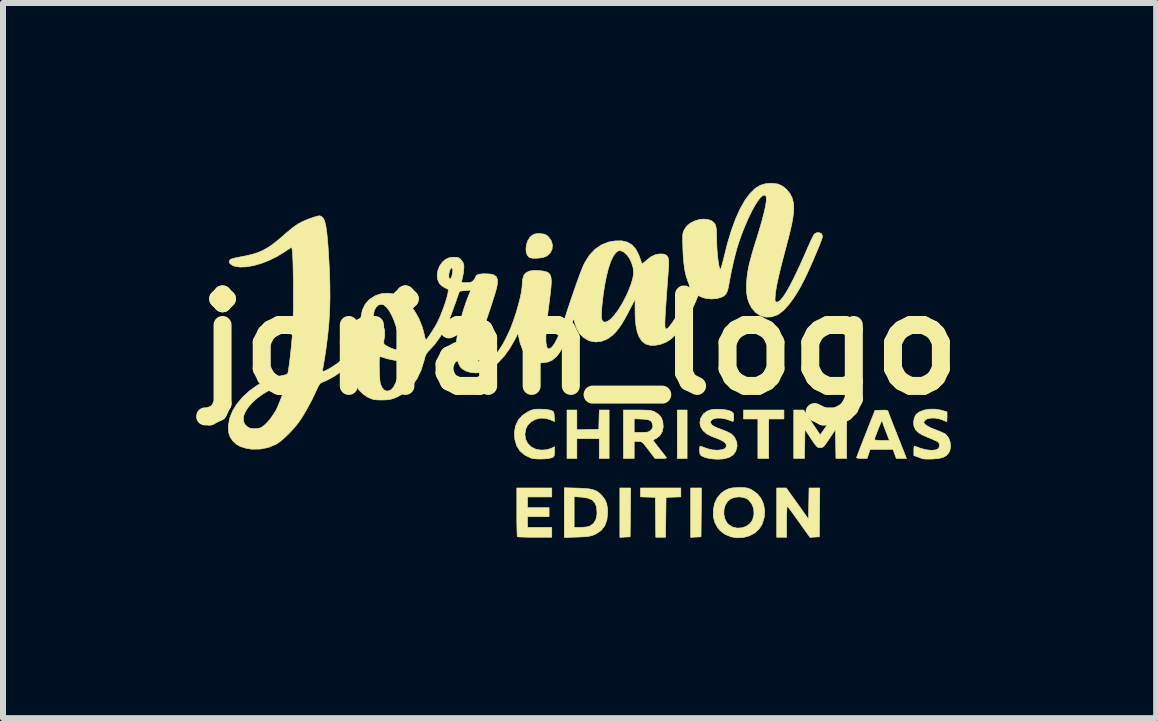
<source format=kicad_pcb>
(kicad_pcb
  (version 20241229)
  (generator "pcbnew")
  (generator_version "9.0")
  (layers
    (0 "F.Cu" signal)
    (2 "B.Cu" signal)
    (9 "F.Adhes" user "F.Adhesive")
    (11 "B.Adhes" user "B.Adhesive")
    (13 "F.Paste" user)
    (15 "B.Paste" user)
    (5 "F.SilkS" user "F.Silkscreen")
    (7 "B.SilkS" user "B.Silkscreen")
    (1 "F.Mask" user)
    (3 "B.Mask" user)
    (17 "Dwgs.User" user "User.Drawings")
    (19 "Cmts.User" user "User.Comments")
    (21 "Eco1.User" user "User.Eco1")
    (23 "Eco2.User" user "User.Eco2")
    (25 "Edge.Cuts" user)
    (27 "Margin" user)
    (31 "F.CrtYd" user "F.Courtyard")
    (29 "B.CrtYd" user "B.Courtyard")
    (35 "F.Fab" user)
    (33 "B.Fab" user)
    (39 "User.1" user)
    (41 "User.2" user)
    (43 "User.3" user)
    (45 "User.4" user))
  (footprint "jorian_logo"
    (layer "F.Cu")
    (at 6.611 2.694)
    (property "Reference" "jorian_logo" (at 0 0 0) (layer "F.SilkS") (effects (font (size 1.524 1.524) (thickness 0.3))))
    (attr through_hole)
    (fp_poly (pts (xy 1.793 1.898) (xy 1.629 1.898) (xy 1.629 1.091) (xy 1.793 1.091) (xy 1.793 1.898)) (stroke (width 0.01) (type solid)) (fill yes) (layer "F.SilkS"))
    (fp_poly (pts (xy 0.848 2.798) (xy 0.844 3.205) (xy 0.758 3.209) (xy 0.672 3.214) (xy 0.672 2.391) (xy 0.852 2.391) (xy 0.848 2.798)) (stroke (width 0.01) (type solid)) (fill yes) (layer "F.SilkS"))
    (fp_poly (pts (xy 2.029 2.798) (xy 2.025 3.205) (xy 1.939 3.209) (xy 1.853 3.214) (xy 1.853 2.391) (xy 2.032 2.391) (xy 2.029 2.798)) (stroke (width 0.01) (type solid)) (fill yes) (layer "F.SilkS"))
    (fp_poly (pts (xy 3.407 1.24) (xy 3.153 1.24) (xy 3.153 1.898) (xy 2.973 1.898) (xy 2.973 1.24) (xy 2.734 1.24) (xy 2.734 1.091) (xy 3.407 1.091) (xy 3.407 1.24)) (stroke (width 0.01) (type solid)) (fill yes) (layer "F.SilkS"))
    (fp_poly (pts (xy 1.688 2.539) (xy 1.442 2.547) (xy 1.434 3.212) (xy 1.271 3.212) (xy 1.263 2.547) (xy 1.139 2.543) (xy 1.016 2.539) (xy 1.016 2.391) (xy 1.688 2.391) (xy 1.688 2.539)) (stroke (width 0.01) (type solid)) (fill yes) (layer "F.SilkS"))
    (fp_poly (pts (xy -0.045 1.42) (xy 0.138 1.416) (xy 0.321 1.412) (xy 0.325 1.251) (xy 0.33 1.091) (xy 0.493 1.091) (xy 0.493 1.898) (xy 0.329 1.898) (xy 0.329 1.569) (xy -0.045 1.569) (xy -0.045 1.898) (xy -0.209 1.898) (xy -0.209 1.091) (xy -0.045 1.091) (xy -0.045 1.42)) (stroke (width 0.01) (type solid)) (fill yes) (layer "F.SilkS"))
    (fp_poly (pts (xy 3.817 2.911) (xy 3.826 2.391) (xy 4.005 2.391) (xy 4.001 2.798) (xy 3.997 3.205) (xy 3.919 3.209) (xy 3.842 3.214) (xy 3.66 2.959) (xy 3.605 2.883) (xy 3.556 2.814) (xy 3.514 2.758) (xy 3.484 2.718) (xy 3.467 2.698) (xy 3.465 2.696) (xy 3.46 2.707) (xy 3.456 2.745) (xy 3.454 2.804) (xy 3.452 2.882) (xy 3.451 2.95) (xy 3.451 3.212) (xy 3.287 3.212) (xy 3.287 2.391) (xy 3.446 2.391) (xy 3.817 2.911)) (stroke (width 0.01) (type solid)) (fill yes) (layer "F.SilkS"))
    (fp_poly (pts (xy -0.463 2.54) (xy -0.867 2.54) (xy -0.867 2.719) (xy -0.508 2.719) (xy -0.508 2.869) (xy -0.867 2.869) (xy -0.867 3.048) (xy -0.463 3.048) (xy -0.463 3.212) (xy -0.745 3.212) (xy -0.833 3.212) (xy -0.912 3.21) (xy -0.975 3.208) (xy -1.018 3.206) (xy -1.036 3.202) (xy -1.036 3.202) (xy -1.039 3.185) (xy -1.041 3.142) (xy -1.043 3.078) (xy -1.045 2.995) (xy -1.046 2.898) (xy -1.046 2.792) (xy -1.046 2.391) (xy -0.463 2.391) (xy -0.463 2.54)) (stroke (width 0.01) (type solid)) (fill yes) (layer "F.SilkS"))
    (fp_poly (pts (xy -0.653 -1.849) (xy -0.599 -1.843) (xy -0.562 -1.83) (xy -0.529 -1.806) (xy -0.513 -1.79) (xy -0.47 -1.728) (xy -0.452 -1.66) (xy -0.458 -1.591) (xy -0.489 -1.528) (xy -0.542 -1.479) (xy -0.55 -1.474) (xy -0.596 -1.456) (xy -0.657 -1.444) (xy -0.724 -1.439) (xy -0.784 -1.44) (xy -0.828 -1.449) (xy -0.832 -1.451) (xy -0.868 -1.485) (xy -0.888 -1.537) (xy -0.893 -1.6) (xy -0.884 -1.667) (xy -0.862 -1.733) (xy -0.827 -1.788) (xy -0.786 -1.825) (xy -0.747 -1.843) (xy -0.7 -1.85) (xy -0.653 -1.849)) (stroke (width 0.01) (type solid)) (fill yes) (layer "F.SilkS"))
    (fp_poly (pts (xy 3.87 1.295) (xy 3.916 1.364) (xy 3.955 1.423) (xy 3.986 1.469) (xy 4.005 1.498) (xy 4.01 1.505) (xy 4.019 1.495) (xy 4.042 1.463) (xy 4.076 1.415) (xy 4.117 1.354) (xy 4.153 1.3) (xy 4.291 1.091) (xy 4.452 1.091) (xy 4.452 1.898) (xy 4.274 1.898) (xy 4.27 1.656) (xy 4.266 1.415) (xy 4.165 1.567) (xy 4.122 1.63) (xy 4.091 1.673) (xy 4.068 1.699) (xy 4.048 1.713) (xy 4.028 1.718) (xy 4.012 1.718) (xy 3.989 1.717) (xy 3.969 1.71) (xy 3.949 1.693) (xy 3.924 1.663) (xy 3.89 1.614) (xy 3.859 1.567) (xy 3.758 1.415) (xy 3.754 1.656) (xy 3.749 1.898) (xy 3.571 1.898) (xy 3.571 1.091) (xy 3.736 1.091) (xy 3.87 1.295)) (stroke (width 0.01) (type solid)) (fill yes) (layer "F.SilkS"))
    (fp_poly (pts (xy -0.034 2.393) (xy 0.076 2.398) (xy 0.161 2.406) (xy 0.227 2.42) (xy 0.28 2.441) (xy 0.325 2.471) (xy 0.367 2.512) (xy 0.375 2.521) (xy 0.424 2.585) (xy 0.453 2.655) (xy 0.467 2.739) (xy 0.468 2.809) (xy 0.456 2.924) (xy 0.421 3.019) (xy 0.363 3.095) (xy 0.283 3.152) (xy 0.25 3.168) (xy 0.213 3.182) (xy 0.172 3.192) (xy 0.123 3.2) (xy 0.057 3.205) (xy -0.031 3.209) (xy -0.041 3.209) (xy -0.254 3.216) (xy -0.254 3.048) (xy -0.09 3.048) (xy 0.019 3.048) (xy 0.107 3.042) (xy 0.171 3.026) (xy 0.179 3.022) (xy 0.236 2.978) (xy 0.273 2.916) (xy 0.29 2.833) (xy 0.291 2.794) (xy 0.283 2.706) (xy 0.257 2.639) (xy 0.212 2.591) (xy 0.144 2.561) (xy 0.052 2.545) (xy 0.027 2.543) (xy -0.09 2.536) (xy -0.09 3.048) (xy -0.254 3.048) (xy -0.254 2.387) (xy -0.034 2.393)) (stroke (width 0.01) (type solid)) (fill yes) (layer "F.SilkS"))
    (fp_poly (pts (xy -0.652 1.077) (xy -0.587 1.08) (xy -0.527 1.086) (xy -0.483 1.095) (xy -0.478 1.097) (xy -0.448 1.109) (xy -0.432 1.125) (xy -0.425 1.153) (xy -0.421 1.2) (xy -0.417 1.284) (xy -0.481 1.255) (xy -0.568 1.229) (xy -0.655 1.227) (xy -0.737 1.247) (xy -0.809 1.287) (xy -0.865 1.344) (xy -0.894 1.403) (xy -0.911 1.492) (xy -0.9 1.576) (xy -0.864 1.649) (xy -0.805 1.707) (xy -0.726 1.746) (xy -0.713 1.749) (xy -0.636 1.759) (xy -0.553 1.754) (xy -0.479 1.733) (xy -0.464 1.726) (xy -0.418 1.703) (xy -0.418 1.785) (xy -0.42 1.834) (xy -0.426 1.861) (xy -0.441 1.876) (xy -0.459 1.885) (xy -0.508 1.897) (xy -0.575 1.905) (xy -0.65 1.908) (xy -0.723 1.906) (xy -0.784 1.899) (xy -0.811 1.892) (xy -0.914 1.841) (xy -0.993 1.773) (xy -1.047 1.688) (xy -1.078 1.585) (xy -1.079 1.581) (xy -1.086 1.464) (xy -1.067 1.356) (xy -1.022 1.261) (xy -0.954 1.182) (xy -0.869 1.125) (xy -0.817 1.099) (xy -0.774 1.085) (xy -0.729 1.078) (xy -0.668 1.077) (xy -0.652 1.077)) (stroke (width 0.01) (type solid)) (fill yes) (layer "F.SilkS"))
    (fp_poly (pts (xy 5.12 1.095) (xy 5.137 1.103) (xy 5.144 1.116) (xy 5.151 1.137) (xy 5.168 1.181) (xy 5.193 1.246) (xy 5.224 1.326) (xy 5.261 1.419) (xy 5.3 1.519) (xy 5.301 1.52) (xy 5.45 1.898) (xy 5.28 1.898) (xy 5.253 1.823) (xy 5.226 1.748) (xy 4.843 1.748) (xy 4.819 1.823) (xy 4.794 1.898) (xy 4.705 1.898) (xy 4.658 1.896) (xy 4.627 1.891) (xy 4.617 1.886) (xy 4.623 1.87) (xy 4.638 1.83) (xy 4.661 1.769) (xy 4.691 1.691) (xy 4.727 1.6) (xy 4.733 1.585) (xy 4.916 1.585) (xy 4.929 1.591) (xy 4.966 1.596) (xy 5.019 1.598) (xy 5.041 1.599) (xy 5.166 1.599) (xy 5.109 1.453) (xy 5.085 1.39) (xy 5.065 1.337) (xy 5.053 1.299) (xy 5.051 1.286) (xy 5.044 1.273) (xy 5.037 1.278) (xy 5.026 1.297) (xy 5.008 1.337) (xy 4.986 1.39) (xy 4.963 1.448) (xy 4.942 1.504) (xy 4.925 1.551) (xy 4.916 1.58) (xy 4.916 1.585) (xy 4.733 1.585) (xy 4.766 1.5) (xy 4.771 1.487) (xy 4.925 1.098) (xy 5.03 1.094) (xy 5.087 1.093) (xy 5.12 1.095)) (stroke (width 0.01) (type solid)) (fill yes) (layer "F.SilkS"))
    (fp_poly (pts (xy 2.735 2.385) (xy 2.783 2.389) (xy 2.822 2.399) (xy 2.861 2.417) (xy 2.882 2.428) (xy 2.966 2.49) (xy 3.029 2.571) (xy 3.069 2.665) (xy 3.086 2.769) (xy 3.079 2.879) (xy 3.046 2.99) (xy 3.045 2.992) (xy 2.994 3.073) (xy 2.923 3.139) (xy 2.834 3.187) (xy 2.735 3.215) (xy 2.63 3.221) (xy 2.528 3.205) (xy 2.424 3.163) (xy 2.342 3.1) (xy 2.298 3.046) (xy 2.254 2.962) (xy 2.231 2.871) (xy 2.231 2.831) (xy 2.406 2.831) (xy 2.423 2.908) (xy 2.46 2.975) (xy 2.484 3) (xy 2.55 3.042) (xy 2.628 3.06) (xy 2.711 3.054) (xy 2.779 3.029) (xy 2.842 2.985) (xy 2.884 2.924) (xy 2.906 2.842) (xy 2.908 2.821) (xy 2.903 2.735) (xy 2.872 2.657) (xy 2.821 2.593) (xy 2.796 2.574) (xy 2.735 2.548) (xy 2.66 2.539) (xy 2.585 2.547) (xy 2.525 2.568) (xy 2.468 2.613) (xy 2.429 2.677) (xy 2.408 2.752) (xy 2.406 2.831) (xy 2.231 2.831) (xy 2.23 2.766) (xy 2.23 2.763) (xy 2.25 2.652) (xy 2.293 2.558) (xy 2.357 2.482) (xy 2.368 2.473) (xy 2.427 2.431) (xy 2.485 2.404) (xy 2.55 2.389) (xy 2.632 2.384) (xy 2.667 2.383) (xy 2.735 2.385)) (stroke (width 0.01) (type solid)) (fill yes) (layer "F.SilkS"))
    (fp_poly (pts (xy 0.96 1.091) (xy 1.053 1.092) (xy 1.121 1.094) (xy 1.171 1.098) (xy 1.209 1.105) (xy 1.238 1.115) (xy 1.248 1.119) (xy 1.318 1.163) (xy 1.364 1.219) (xy 1.388 1.285) (xy 1.395 1.371) (xy 1.379 1.45) (xy 1.341 1.515) (xy 1.285 1.561) (xy 1.281 1.563) (xy 1.248 1.58) (xy 1.228 1.592) (xy 1.227 1.593) (xy 1.233 1.606) (xy 1.256 1.637) (xy 1.29 1.682) (xy 1.333 1.736) (xy 1.335 1.74) (xy 1.379 1.795) (xy 1.415 1.841) (xy 1.44 1.874) (xy 1.449 1.889) (xy 1.449 1.889) (xy 1.436 1.894) (xy 1.4 1.897) (xy 1.354 1.898) (xy 1.258 1.898) (xy 1.15 1.756) (xy 1.104 1.696) (xy 1.071 1.656) (xy 1.046 1.631) (xy 1.025 1.619) (xy 1.003 1.614) (xy 0.977 1.614) (xy 0.911 1.614) (xy 0.911 1.898) (xy 0.732 1.898) (xy 0.732 1.464) (xy 0.911 1.464) (xy 1.032 1.464) (xy 1.093 1.463) (xy 1.133 1.459) (xy 1.16 1.45) (xy 1.182 1.434) (xy 1.19 1.426) (xy 1.216 1.393) (xy 1.222 1.359) (xy 1.219 1.34) (xy 1.207 1.299) (xy 1.187 1.272) (xy 1.152 1.255) (xy 1.098 1.246) (xy 1.038 1.242) (xy 0.911 1.237) (xy 0.911 1.464) (xy 0.732 1.464) (xy 0.732 1.091) (xy 0.96 1.091)) (stroke (width 0.01) (type solid)) (fill yes) (layer "F.SilkS"))
    (fp_poly (pts (xy 2.388 1.082) (xy 2.46 1.092) (xy 2.514 1.108) (xy 2.521 1.111) (xy 2.55 1.129) (xy 2.565 1.149) (xy 2.569 1.183) (xy 2.57 1.212) (xy 2.569 1.256) (xy 2.563 1.277) (xy 2.551 1.28) (xy 2.544 1.277) (xy 2.447 1.243) (xy 2.358 1.226) (xy 2.282 1.226) (xy 2.224 1.243) (xy 2.21 1.253) (xy 2.186 1.277) (xy 2.185 1.301) (xy 2.192 1.319) (xy 2.209 1.342) (xy 2.243 1.364) (xy 2.297 1.389) (xy 2.334 1.403) (xy 2.42 1.436) (xy 2.484 1.464) (xy 2.529 1.49) (xy 2.561 1.517) (xy 2.585 1.548) (xy 2.597 1.57) (xy 2.621 1.629) (xy 2.626 1.686) (xy 2.625 1.701) (xy 2.604 1.779) (xy 2.559 1.84) (xy 2.491 1.882) (xy 2.4 1.906) (xy 2.309 1.911) (xy 2.24 1.908) (xy 2.171 1.9) (xy 2.117 1.888) (xy 2.114 1.888) (xy 2.057 1.868) (xy 2.024 1.848) (xy 2.007 1.821) (xy 2.002 1.779) (xy 2.002 1.76) (xy 2.003 1.716) (xy 2.009 1.696) (xy 2.021 1.694) (xy 2.028 1.697) (xy 2.129 1.735) (xy 2.215 1.756) (xy 2.295 1.761) (xy 2.312 1.76) (xy 2.383 1.751) (xy 2.427 1.732) (xy 2.446 1.703) (xy 2.444 1.666) (xy 2.432 1.642) (xy 2.405 1.619) (xy 2.361 1.594) (xy 2.294 1.565) (xy 2.206 1.532) (xy 2.122 1.49) (xy 2.059 1.435) (xy 2.02 1.372) (xy 2.006 1.304) (xy 2.017 1.234) (xy 2.057 1.166) (xy 2.062 1.16) (xy 2.121 1.113) (xy 2.174 1.091) (xy 2.235 1.08) (xy 2.31 1.078) (xy 2.388 1.082)) (stroke (width 0.01) (type solid)) (fill yes) (layer "F.SilkS"))
    (fp_poly (pts (xy 5.93 1.077) (xy 6.027 1.093) (xy 6.048 1.099) (xy 6.126 1.122) (xy 6.126 1.203) (xy 6.125 1.248) (xy 6.122 1.278) (xy 6.12 1.285) (xy 6.104 1.279) (xy 6.071 1.265) (xy 6.049 1.255) (xy 5.987 1.235) (xy 5.918 1.225) (xy 5.852 1.226) (xy 5.797 1.238) (xy 5.767 1.255) (xy 5.745 1.281) (xy 5.737 1.297) (xy 5.751 1.323) (xy 5.791 1.354) (xy 5.853 1.387) (xy 5.935 1.42) (xy 5.935 1.42) (xy 5.998 1.444) (xy 6.054 1.469) (xy 6.095 1.491) (xy 6.105 1.498) (xy 6.149 1.55) (xy 6.177 1.619) (xy 6.186 1.694) (xy 6.174 1.765) (xy 6.157 1.802) (xy 6.118 1.848) (xy 6.062 1.88) (xy 5.985 1.899) (xy 5.884 1.908) (xy 5.879 1.908) (xy 5.817 1.909) (xy 5.764 1.908) (xy 5.73 1.905) (xy 5.722 1.904) (xy 5.695 1.894) (xy 5.653 1.879) (xy 5.637 1.873) (xy 5.573 1.85) (xy 5.573 1.768) (xy 5.574 1.721) (xy 5.579 1.698) (xy 5.589 1.693) (xy 5.599 1.697) (xy 5.699 1.734) (xy 5.793 1.756) (xy 5.875 1.763) (xy 5.94 1.755) (xy 5.973 1.74) (xy 6.001 1.705) (xy 6.003 1.665) (xy 5.982 1.629) (xy 5.974 1.623) (xy 5.946 1.607) (xy 5.898 1.585) (xy 5.839 1.56) (xy 5.805 1.547) (xy 5.713 1.506) (xy 5.647 1.466) (xy 5.603 1.421) (xy 5.578 1.37) (xy 5.573 1.354) (xy 5.569 1.286) (xy 5.582 1.219) (xy 5.61 1.165) (xy 5.613 1.162) (xy 5.668 1.121) (xy 5.743 1.092) (xy 5.833 1.077) (xy 5.93 1.077)) (stroke (width 0.01) (type solid)) (fill yes) (layer "F.SilkS"))
    (fp_poly (pts (xy 3.297 -2.678) (xy 3.323 -2.671) (xy 3.389 -2.638) (xy 3.454 -2.584) (xy 3.508 -2.517) (xy 3.544 -2.444) (xy 3.547 -2.435) (xy 3.561 -2.381) (xy 3.569 -2.326) (xy 3.571 -2.266) (xy 3.568 -2.197) (xy 3.557 -2.117) (xy 3.54 -2.022) (xy 3.515 -1.909) (xy 3.482 -1.774) (xy 3.44 -1.615) (xy 3.432 -1.584) (xy 3.388 -1.418) (xy 3.352 -1.277) (xy 3.324 -1.158) (xy 3.301 -1.057) (xy 3.284 -0.973) (xy 3.272 -0.9) (xy 3.264 -0.836) (xy 3.263 -0.823) (xy 3.259 -0.767) (xy 3.259 -0.734) (xy 3.266 -0.716) (xy 3.278 -0.708) (xy 3.309 -0.711) (xy 3.348 -0.739) (xy 3.394 -0.794) (xy 3.448 -0.876) (xy 3.509 -0.985) (xy 3.579 -1.121) (xy 3.657 -1.285) (xy 3.744 -1.477) (xy 3.78 -1.561) (xy 3.817 -1.644) (xy 3.85 -1.718) (xy 3.879 -1.779) (xy 3.901 -1.822) (xy 3.912 -1.841) (xy 3.946 -1.862) (xy 3.988 -1.867) (xy 4.025 -1.855) (xy 4.031 -1.85) (xy 4.046 -1.821) (xy 4.049 -1.798) (xy 4.043 -1.774) (xy 4.027 -1.728) (xy 4.002 -1.663) (xy 3.97 -1.585) (xy 3.933 -1.497) (xy 3.894 -1.405) (xy 3.853 -1.312) (xy 3.813 -1.224) (xy 3.776 -1.144) (xy 3.747 -1.083) (xy 3.662 -0.924) (xy 3.576 -0.786) (xy 3.492 -0.67) (xy 3.41 -0.579) (xy 3.332 -0.515) (xy 3.291 -0.492) (xy 3.197 -0.461) (xy 3.103 -0.458) (xy 3.015 -0.483) (xy 2.937 -0.533) (xy 2.873 -0.607) (xy 2.872 -0.608) (xy 2.827 -0.691) (xy 2.798 -0.777) (xy 2.784 -0.873) (xy 2.782 -0.987) (xy 2.784 -1.023) (xy 2.791 -1.113) (xy 2.802 -1.201) (xy 2.818 -1.291) (xy 2.842 -1.391) (xy 2.873 -1.505) (xy 2.912 -1.639) (xy 2.936 -1.714) (xy 2.993 -1.898) (xy 3.038 -2.054) (xy 3.073 -2.186) (xy 3.097 -2.292) (xy 3.111 -2.375) (xy 3.115 -2.435) (xy 3.108 -2.474) (xy 3.091 -2.491) (xy 3.088 -2.492) (xy 3.055 -2.484) (xy 3.015 -2.45) (xy 2.969 -2.392) (xy 2.919 -2.313) (xy 2.866 -2.214) (xy 2.811 -2.1) (xy 2.755 -1.971) (xy 2.7 -1.831) (xy 2.648 -1.682) (xy 2.648 -1.681) (xy 2.622 -1.597) (xy 2.594 -1.492) (xy 2.565 -1.375) (xy 2.538 -1.253) (xy 2.514 -1.136) (xy 2.495 -1.032) (xy 2.495 -1.031) (xy 2.479 -0.946) (xy 2.462 -0.886) (xy 2.441 -0.844) (xy 2.412 -0.815) (xy 2.374 -0.793) (xy 2.37 -0.791) (xy 2.288 -0.767) (xy 2.195 -0.76) (xy 2.104 -0.77) (xy 2.044 -0.788) (xy 1.977 -0.818) (xy 1.93 -0.704) (xy 1.873 -0.58) (xy 1.808 -0.458) (xy 1.736 -0.342) (xy 1.661 -0.239) (xy 1.588 -0.152) (xy 1.52 -0.089) (xy 1.517 -0.087) (xy 1.436 -0.037) (xy 1.347 -0.004) (xy 1.258 0.013) (xy 1.176 0.012) (xy 1.106 -0.008) (xy 1.095 -0.014) (xy 1.038 -0.061) (xy 0.994 -0.127) (xy 0.961 -0.212) (xy 0.94 -0.321) (xy 0.928 -0.455) (xy 0.926 -0.553) (xy 0.926 -0.755) (xy 0.824 -0.559) (xy 0.761 -0.441) (xy 0.706 -0.347) (xy 0.654 -0.272) (xy 0.604 -0.21) (xy 0.551 -0.157) (xy 0.551 -0.157) (xy 0.461 -0.092) (xy 0.366 -0.054) (xy 0.27 -0.043) (xy 0.176 -0.06) (xy 0.147 -0.071) (xy 0.061 -0.122) (xy -0.004 -0.189) (xy -0.051 -0.277) (xy -0.074 -0.344) (xy -0.098 -0.433) (xy -0.17 -0.235) (xy -0.217 -0.11) (xy -0.259 -0.01) (xy -0.296 0.069) (xy -0.331 0.13) (xy -0.367 0.179) (xy -0.392 0.208) (xy -0.458 0.261) (xy -0.531 0.292) (xy -0.619 0.304) (xy -0.642 0.305) (xy -0.737 0.291) (xy -0.82 0.25) (xy -0.89 0.183) (xy -0.947 0.09) (xy -0.991 -0.028) (xy -1.006 -0.092) (xy -1.026 -0.187) (xy -1.075 -0.09) (xy -1.163 0.064) (xy -1.259 0.196) (xy -1.362 0.305) (xy -1.469 0.388) (xy -1.579 0.444) (xy -1.64 0.463) (xy -1.729 0.473) (xy -1.817 0.465) (xy -1.896 0.44) (xy -1.96 0.401) (xy -1.99 0.369) (xy -2.018 0.313) (xy -2.041 0.239) (xy -2.057 0.155) (xy -2.062 0.081) (xy -2.056 -0.021) (xy -2.039 -0.144) (xy -2.012 -0.281) (xy -1.978 -0.424) (xy -1.938 -0.568) (xy -1.892 -0.706) (xy -1.856 -0.801) (xy -1.812 -0.908) (xy -1.904 -0.9) (xy -1.952 -0.895) (xy -1.988 -0.891) (xy -2.001 -0.887) (xy -2.007 -0.872) (xy -2.021 -0.834) (xy -2.041 -0.777) (xy -2.064 -0.709) (xy -2.073 -0.684) (xy -2.151 -0.471) (xy -2.235 -0.286) (xy -2.324 -0.128) (xy -2.42 0.003) (xy -2.484 0.073) (xy -2.527 0.117) (xy -2.554 0.154) (xy -2.573 0.195) (xy -2.588 0.252) (xy -2.592 0.267) (xy -2.641 0.427) (xy -2.71 0.569) (xy -2.797 0.691) (xy -2.901 0.79) (xy -3.021 0.864) (xy -3.026 0.866) (xy -3.089 0.894) (xy -3.146 0.911) (xy -3.21 0.92) (xy -3.257 0.923) (xy -3.325 0.924) (xy -3.389 0.921) (xy -3.438 0.915) (xy -3.445 0.913) (xy -3.524 0.881) (xy -3.601 0.83) (xy -3.665 0.77) (xy -3.683 0.747) (xy -3.722 0.678) (xy -3.758 0.59) (xy -3.787 0.498) (xy -3.804 0.412) (xy -3.805 0.41) (xy -3.811 0.366) (xy -3.819 0.336) (xy -3.823 0.329) (xy -3.838 0.339) (xy -3.869 0.363) (xy -3.912 0.399) (xy -3.937 0.42) (xy -4.001 0.469) (xy -4.076 0.52) (xy -4.155 0.566) (xy -4.229 0.604) (xy -4.29 0.628) (xy -4.299 0.631) (xy -4.322 0.647) (xy -4.349 0.685) (xy -4.38 0.748) (xy -4.38 0.749) (xy -4.463 0.924) (xy -4.555 1.095) (xy -4.643 1.24) (xy -4.698 1.317) (xy -4.766 1.399) (xy -4.841 1.48) (xy -4.917 1.553) (xy -4.989 1.615) (xy -5.051 1.657) (xy -5.059 1.662) (xy -5.187 1.715) (xy -5.325 1.742) (xy -5.464 1.744) (xy -5.566 1.727) (xy -5.654 1.699) (xy -5.723 1.66) (xy -5.778 1.608) (xy -5.823 1.544) (xy -5.848 1.472) (xy -5.855 1.386) (xy -5.853 1.342) (xy -5.838 1.263) (xy -5.606 1.263) (xy -5.586 1.32) (xy -5.571 1.339) (xy -5.538 1.37) (xy -5.507 1.39) (xy -5.506 1.39) (xy -5.455 1.401) (xy -5.392 1.402) (xy -5.333 1.393) (xy -5.306 1.383) (xy -5.26 1.35) (xy -5.207 1.299) (xy -5.152 1.235) (xy -5.102 1.165) (xy -5.061 1.098) (xy -5.058 1.092) (xy -5.028 1.027) (xy -4.995 0.947) (xy -4.962 0.861) (xy -4.934 0.779) (xy -4.913 0.712) (xy -4.91 0.699) (xy -4.906 0.675) (xy -4.911 0.662) (xy -4.929 0.661) (xy -4.964 0.67) (xy -5.02 0.692) (xy -5.061 0.709) (xy -5.178 0.764) (xy -5.286 0.829) (xy -5.382 0.9) (xy -5.463 0.975) (xy -5.528 1.051) (xy -5.575 1.126) (xy -5.602 1.198) (xy -5.606 1.263) (xy -5.838 1.263) (xy -5.83 1.222) (xy -5.781 1.102) (xy -5.708 0.985) (xy -5.614 0.874) (xy -5.502 0.771) (xy -5.375 0.681) (xy -5.236 0.607) (xy -5.132 0.565) (xy -5.066 0.544) (xy -5.001 0.526) (xy -4.949 0.515) (xy -4.943 0.514) (xy -4.898 0.504) (xy -4.869 0.489) (xy -4.864 0.483) (xy -4.857 0.453) (xy -4.848 0.397) (xy -4.837 0.322) (xy -4.826 0.232) (xy -4.815 0.131) (xy -4.804 0.025) (xy -4.794 -0.082) (xy -4.785 -0.185) (xy -4.78 -0.258) (xy -4.777 -0.333) (xy -4.774 -0.427) (xy -4.772 -0.538) (xy -4.77 -0.659) (xy -4.77 -0.788) (xy -4.77 -0.92) (xy -4.771 -1.051) (xy -4.773 -1.176) (xy -4.775 -1.293) (xy -4.778 -1.395) (xy -4.782 -1.48) (xy -4.786 -1.543) (xy -4.79 -1.578) (xy -4.799 -1.625) (xy -4.928 -1.539) (xy -5.053 -1.464) (xy -5.182 -1.401) (xy -5.311 -1.351) (xy -5.437 -1.316) (xy -5.554 -1.296) (xy -5.659 -1.292) (xy -5.748 -1.306) (xy -5.786 -1.321) (xy -5.827 -1.35) (xy -5.842 -1.381) (xy -5.828 -1.412) (xy -5.821 -1.418) (xy -5.797 -1.429) (xy -5.753 -1.441) (xy -5.696 -1.453) (xy -5.683 -1.456) (xy -5.558 -1.48) (xy -5.452 -1.505) (xy -5.359 -1.535) (xy -5.274 -1.572) (xy -5.191 -1.619) (xy -5.104 -1.679) (xy -5.009 -1.755) (xy -4.9 -1.85) (xy -4.885 -1.863) (xy -4.79 -1.942) (xy -4.703 -2.004) (xy -4.614 -2.052) (xy -4.514 -2.094) (xy -4.457 -2.114) (xy -4.397 -2.134) (xy -4.357 -2.144) (xy -4.332 -2.146) (xy -4.312 -2.14) (xy -4.297 -2.131) (xy -4.275 -2.11) (xy -4.256 -2.076) (xy -4.24 -2.025) (xy -4.226 -1.957) (xy -4.213 -1.867) (xy -4.202 -1.754) (xy -4.191 -1.615) (xy -4.185 -1.524) (xy -4.17 -1.254) (xy -4.162 -1.007) (xy -4.16 -0.777) (xy -4.166 -0.559) (xy -4.179 -0.347) (xy -4.2 -0.135) (xy -4.228 0.083) (xy -4.245 0.194) (xy -4.257 0.268) (xy -4.268 0.334) (xy -4.277 0.385) (xy -4.283 0.414) (xy -4.283 0.414) (xy -4.285 0.437) (xy -4.274 0.446) (xy -4.248 0.44) (xy -4.203 0.419) (xy -4.137 0.381) (xy -4.053 0.325) (xy -3.339 0.325) (xy -3.338 0.394) (xy -3.336 0.467) (xy -3.333 0.537) (xy -3.328 0.597) (xy -3.323 0.641) (xy -3.32 0.654) (xy -3.29 0.721) (xy -3.252 0.762) (xy -3.206 0.776) (xy -3.156 0.762) (xy -3.134 0.748) (xy -3.098 0.705) (xy -3.063 0.637) (xy -3.033 0.55) (xy -3.01 0.453) (xy -2.996 0.378) (xy -2.989 0.327) (xy -2.991 0.296) (xy -3.004 0.278) (xy -3.029 0.269) (xy -3.069 0.263) (xy -3.074 0.263) (xy -3.141 0.251) (xy -3.213 0.234) (xy -3.242 0.225) (xy -3.287 0.21) (xy -3.32 0.203) (xy -3.331 0.203) (xy -3.336 0.223) (xy -3.338 0.265) (xy -3.339 0.325) (xy -4.053 0.325) (xy -4.012 0.297) (xy -3.916 0.206) (xy -3.847 0.105) (xy -3.804 -0.005) (xy -3.795 -0.045) (xy -3.773 -0.142) (xy -3.743 -0.22) (xy -3.703 -0.286) (xy -3.696 -0.296) (xy -3.671 -0.337) (xy -3.655 -0.389) (xy -3.645 -0.456) (xy -3.641 -0.472) (xy -3.436 -0.472) (xy -3.435 -0.431) (xy -3.424 -0.41) (xy -3.396 -0.396) (xy -3.378 -0.39) (xy -3.313 -0.357) (xy -3.269 -0.304) (xy -3.248 -0.233) (xy -3.25 -0.143) (xy -3.255 -0.109) (xy -3.264 -0.053) (xy -3.262 -0.018) (xy -3.256 -0.006) (xy -3.225 0.018) (xy -3.177 0.044) (xy -3.121 0.068) (xy -3.068 0.084) (xy -3.036 0.089) (xy -3.002 0.087) (xy -2.991 0.076) (xy -2.994 0.049) (xy -3 0.011) (xy -3.007 -0.043) (xy -3.012 -0.082) (xy -3.029 -0.19) (xy -3.056 -0.296) (xy -3.09 -0.396) (xy -3.13 -0.487) (xy -3.173 -0.564) (xy -3.218 -0.623) (xy -3.263 -0.661) (xy -3.301 -0.672) (xy -3.353 -0.659) (xy -3.395 -0.62) (xy -3.423 -0.562) (xy -3.436 -0.487) (xy -3.436 -0.472) (xy -3.641 -0.472) (xy -3.621 -0.573) (xy -3.576 -0.668) (xy -3.509 -0.746) (xy -3.418 -0.807) (xy -3.392 -0.82) (xy -3.296 -0.85) (xy -3.193 -0.857) (xy -3.094 -0.843) (xy -3.048 -0.826) (xy -2.939 -0.762) (xy -2.839 -0.672) (xy -2.751 -0.561) (xy -2.677 -0.432) (xy -2.62 -0.288) (xy -2.592 -0.182) (xy -2.581 -0.132) (xy -2.571 -0.095) (xy -2.565 -0.08) (xy -2.553 -0.086) (xy -2.529 -0.114) (xy -2.498 -0.158) (xy -2.462 -0.212) (xy -2.425 -0.272) (xy -2.389 -0.333) (xy -2.364 -0.381) (xy -2.329 -0.456) (xy -2.295 -0.539) (xy -2.263 -0.623) (xy -2.235 -0.706) (xy -2.212 -0.781) (xy -2.196 -0.845) (xy -2.188 -0.893) (xy -2.19 -0.919) (xy -2.194 -0.923) (xy -2.25 -0.95) (xy -2.303 -0.986) (xy -2.336 -1.019) (xy -2.365 -1.083) (xy -2.371 -1.137) (xy -2.18 -1.137) (xy -2.176 -1.114) (xy -2.162 -1.092) (xy -2.146 -1.099) (xy -2.131 -1.135) (xy -2.121 -1.174) (xy -2.113 -1.23) (xy -2.116 -1.266) (xy -2.127 -1.28) (xy -2.147 -1.268) (xy -2.15 -1.264) (xy -2.166 -1.231) (xy -2.177 -1.183) (xy -2.18 -1.137) (xy -2.371 -1.137) (xy -2.373 -1.158) (xy -2.361 -1.237) (xy -2.33 -1.313) (xy -2.283 -1.378) (xy -2.241 -1.414) (xy -2.19 -1.442) (xy -2.139 -1.454) (xy -2.096 -1.456) (xy -2.045 -1.454) (xy -2.013 -1.445) (xy -1.986 -1.424) (xy -1.971 -1.407) (xy -1.942 -1.368) (xy -1.929 -1.326) (xy -1.928 -1.288) (xy -1.934 -1.205) (xy -1.952 -1.112) (xy -1.966 -1.057) (xy -1.967 -1.042) (xy -1.954 -1.034) (xy -1.92 -1.031) (xy -1.89 -1.031) (xy -1.837 -1.034) (xy -1.801 -1.043) (xy -1.773 -1.064) (xy -1.77 -1.068) (xy -1.745 -1.099) (xy -1.733 -1.125) (xy -1.733 -1.127) (xy -1.72 -1.154) (xy -1.678 -1.172) (xy -1.609 -1.18) (xy -1.58 -1.18) (xy -1.49 -1.176) (xy -1.426 -1.16) (xy -1.387 -1.13) (xy -1.369 -1.083) (xy -1.369 -1.016) (xy -1.381 -0.951) (xy -1.393 -0.906) (xy -1.413 -0.837) (xy -1.44 -0.752) (xy -1.471 -0.655) (xy -1.505 -0.552) (xy -1.525 -0.493) (xy -1.585 -0.314) (xy -1.632 -0.161) (xy -1.668 -0.032) (xy -1.691 0.074) (xy -1.703 0.158) (xy -1.703 0.223) (xy -1.691 0.269) (xy -1.669 0.299) (xy -1.635 0.312) (xy -1.615 0.314) (xy -1.555 0.3) (xy -1.489 0.259) (xy -1.421 0.193) (xy -1.351 0.106) (xy -1.282 -0.000359) (xy -1.216 -0.124) (xy -1.153 -0.262) (xy -1.099 -0.404) (xy -1.055 -0.538) (xy -1.018 -0.666) (xy -0.988 -0.784) (xy -0.968 -0.886) (xy -0.957 -0.969) (xy -0.956 -0.996) (xy -0.949 -1.087) (xy -0.928 -1.154) (xy -0.888 -1.2) (xy -0.829 -1.227) (xy -0.748 -1.236) (xy -0.671 -1.233) (xy -0.606 -1.225) (xy -0.555 -1.213) (xy -0.517 -1.194) (xy -0.491 -1.164) (xy -0.476 -1.12) (xy -0.47 -1.059) (xy -0.474 -0.978) (xy -0.484 -0.874) (xy -0.499 -0.755) (xy -0.524 -0.557) (xy -0.543 -0.388) (xy -0.555 -0.247) (xy -0.561 -0.133) (xy -0.56 -0.044) (xy -0.552 0.019) (xy -0.538 0.057) (xy -0.517 0.073) (xy -0.489 0.065) (xy -0.455 0.035) (xy -0.454 0.034) (xy -0.414 -0.021) (xy -0.371 -0.103) (xy -0.325 -0.21) (xy -0.277 -0.34) (xy -0.246 -0.434) (xy -0.234 -0.472) (xy 0.364 -0.472) (xy 0.37 -0.422) (xy 0.383 -0.392) (xy 0.404 -0.377) (xy 0.425 -0.374) (xy 0.461 -0.384) (xy 0.507 -0.414) (xy 0.525 -0.429) (xy 0.585 -0.494) (xy 0.648 -0.58) (xy 0.709 -0.68) (xy 0.767 -0.788) (xy 0.818 -0.899) (xy 0.859 -1.006) (xy 0.888 -1.104) (xy 0.901 -1.186) (xy 0.901 -1.203) (xy 0.892 -1.285) (xy 0.867 -1.366) (xy 0.83 -1.441) (xy 0.784 -1.503) (xy 0.733 -1.546) (xy 0.691 -1.563) (xy 0.656 -1.566) (xy 0.628 -1.553) (xy 0.599 -1.525) (xy 0.558 -1.466) (xy 0.518 -1.38) (xy 0.481 -1.269) (xy 0.448 -1.137) (xy 0.418 -0.986) (xy 0.393 -0.818) (xy 0.373 -0.642) (xy 0.366 -0.544) (xy 0.364 -0.472) (xy -0.234 -0.472) (xy -0.196 -0.591) (xy -0.145 -0.743) (xy -0.096 -0.886) (xy -0.05 -1.018) (xy -0.008 -1.135) (xy 0.03 -1.234) (xy 0.061 -1.311) (xy 0.085 -1.363) (xy 0.086 -1.364) (xy 0.165 -1.489) (xy 0.259 -1.589) (xy 0.367 -1.663) (xy 0.487 -1.71) (xy 0.594 -1.728) (xy 0.704 -1.729) (xy 0.796 -1.708) (xy 0.872 -1.664) (xy 0.934 -1.595) (xy 0.985 -1.501) (xy 1.01 -1.434) (xy 1.025 -1.389) (xy 1.037 -1.357) (xy 1.041 -1.346) (xy 1.053 -1.352) (xy 1.081 -1.374) (xy 1.114 -1.403) (xy 1.189 -1.462) (xy 1.261 -1.497) (xy 1.339 -1.511) (xy 1.404 -1.508) (xy 1.448 -1.49) (xy 1.476 -1.452) (xy 1.487 -1.393) (xy 1.486 -1.311) (xy 1.471 -1.108) (xy 1.458 -0.934) (xy 1.447 -0.785) (xy 1.439 -0.66) (xy 1.432 -0.557) (xy 1.427 -0.473) (xy 1.424 -0.407) (xy 1.423 -0.356) (xy 1.423 -0.319) (xy 1.425 -0.293) (xy 1.429 -0.276) (xy 1.434 -0.266) (xy 1.441 -0.262) (xy 1.449 -0.261) (xy 1.472 -0.274) (xy 1.506 -0.311) (xy 1.547 -0.366) (xy 1.593 -0.437) (xy 1.642 -0.519) (xy 1.692 -0.609) (xy 1.739 -0.703) (xy 1.78 -0.792) (xy 1.809 -0.863) (xy 1.827 -0.913) (xy 1.835 -0.952) (xy 1.832 -0.985) (xy 1.82 -1.021) (xy 1.809 -1.048) (xy 1.779 -1.133) (xy 1.755 -1.237) (xy 1.738 -1.362) (xy 1.726 -1.512) (xy 1.723 -1.593) (xy 1.72 -1.688) (xy 1.719 -1.757) (xy 1.719 -1.808) (xy 1.722 -1.844) (xy 1.728 -1.872) (xy 1.738 -1.897) (xy 1.746 -1.915) (xy 1.788 -1.975) (xy 1.847 -2.024) (xy 1.917 -2.06) (xy 1.993 -2.083) (xy 2.069 -2.091) (xy 2.141 -2.085) (xy 2.202 -2.063) (xy 2.248 -2.024) (xy 2.264 -1.996) (xy 2.275 -1.957) (xy 2.282 -1.898) (xy 2.285 -1.815) (xy 2.286 -1.745) (xy 2.288 -1.66) (xy 2.293 -1.57) (xy 2.301 -1.481) (xy 2.31 -1.399) (xy 2.321 -1.33) (xy 2.332 -1.279) (xy 2.344 -1.251) (xy 2.345 -1.25) (xy 2.352 -1.259) (xy 2.365 -1.293) (xy 2.38 -1.346) (xy 2.398 -1.414) (xy 2.405 -1.444) (xy 2.466 -1.687) (xy 2.532 -1.905) (xy 2.603 -2.098) (xy 2.678 -2.265) (xy 2.758 -2.405) (xy 2.841 -2.517) (xy 2.927 -2.602) (xy 3.011 -2.654) (xy 3.098 -2.681) (xy 3.198 -2.689) (xy 3.297 -2.678)) (stroke (width 0.01) (type solid)) (fill yes) (layer "F.SilkS")))
  (gr_rect
    (start -3 -3)
    (end 16.223 8.921)
    (stroke (width 0.1) (type default))
    (fill no)
    (layer "Edge.Cuts")))
</source>
